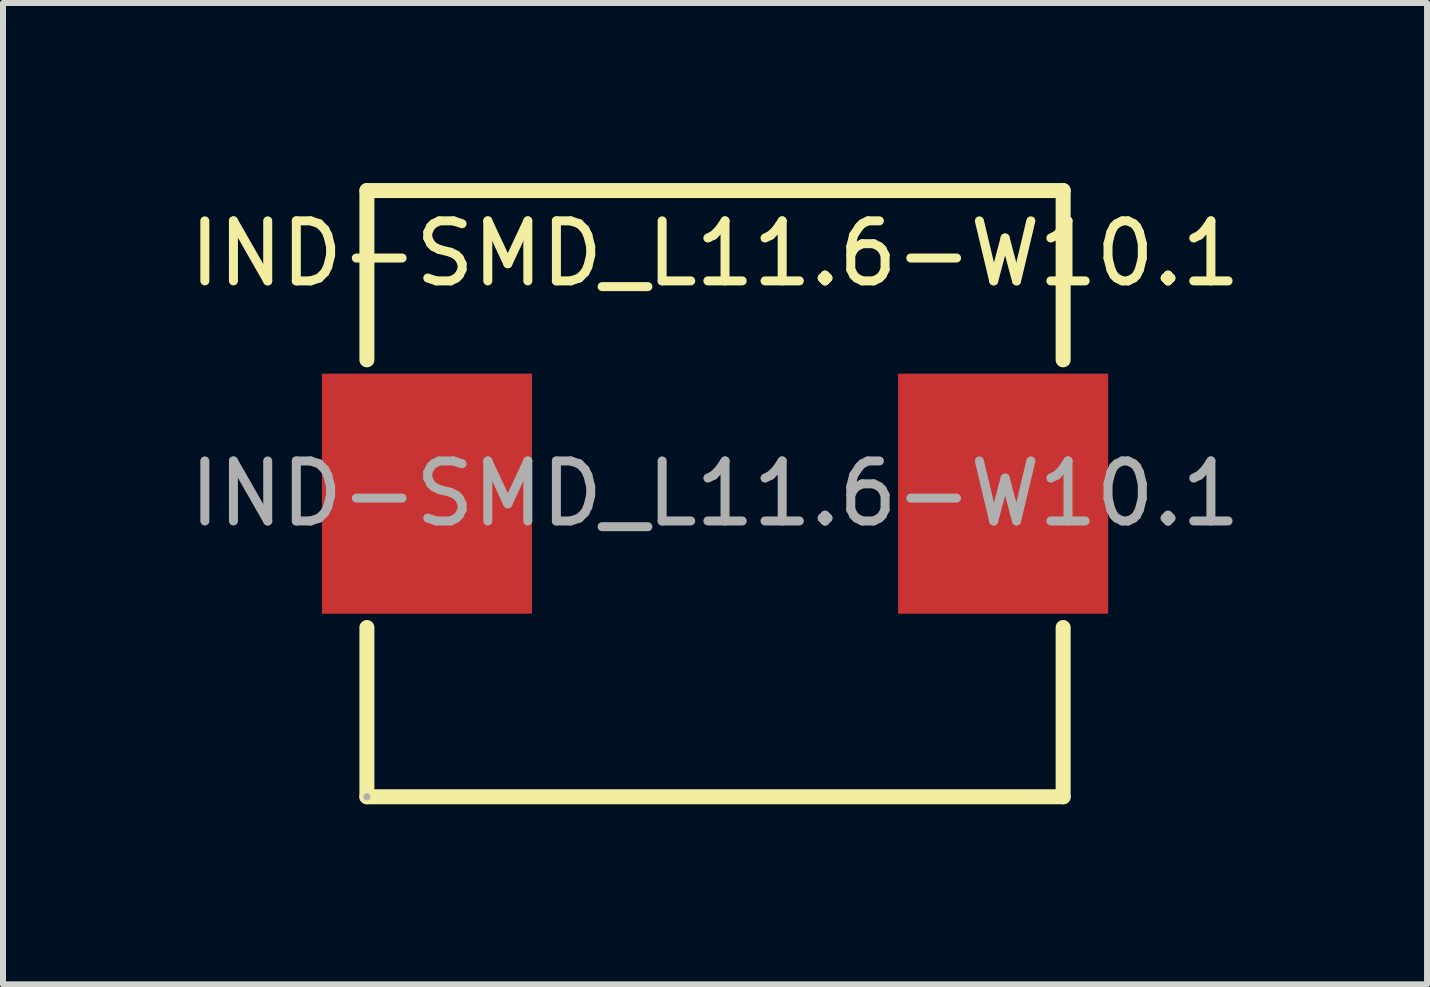
<source format=kicad_pcb>
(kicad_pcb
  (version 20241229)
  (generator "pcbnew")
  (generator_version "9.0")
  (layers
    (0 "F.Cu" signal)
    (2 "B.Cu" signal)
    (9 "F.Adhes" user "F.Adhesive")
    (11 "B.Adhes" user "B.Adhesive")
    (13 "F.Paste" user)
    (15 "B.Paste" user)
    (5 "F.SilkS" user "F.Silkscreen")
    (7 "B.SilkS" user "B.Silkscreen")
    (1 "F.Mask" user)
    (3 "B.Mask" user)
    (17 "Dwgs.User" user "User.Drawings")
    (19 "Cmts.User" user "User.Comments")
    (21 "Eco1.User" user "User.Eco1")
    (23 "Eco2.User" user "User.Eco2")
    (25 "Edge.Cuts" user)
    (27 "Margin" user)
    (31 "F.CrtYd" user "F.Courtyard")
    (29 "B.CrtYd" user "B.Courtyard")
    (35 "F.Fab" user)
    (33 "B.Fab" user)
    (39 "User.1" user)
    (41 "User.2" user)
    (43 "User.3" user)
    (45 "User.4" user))
  (footprint "IND-SMD_L11.6-W10.1"
    (layer "F.Cu")
    (at 8.863 5.175)
    (property "Reference" "IND-SMD_L11.6-W10.1" (at 0 -4 0) (layer "F.SilkS") (effects (font (size 1 1) (thickness 0.15))))
    (attr smd)
    (fp_line (start -5.8 -5.05) (end 5.8 -5.05) (stroke (width 0.25) (type solid)) (layer "F.SilkS"))
    (fp_line (start -5.8 -2.23) (end -5.8 -5.05) (stroke (width 0.25) (type solid)) (layer "F.SilkS"))
    (fp_line (start -5.8 5.05) (end -5.8 2.23) (stroke (width 0.25) (type solid)) (layer "F.SilkS"))
    (fp_line (start 5.8 -5.05) (end 5.8 -2.23) (stroke (width 0.25) (type solid)) (layer "F.SilkS"))
    (fp_line (start 5.8 2.23) (end 5.8 5.05) (stroke (width 0.25) (type solid)) (layer "F.SilkS"))
    (fp_line (start 5.8 5.05) (end -5.8 5.05) (stroke (width 0.25) (type solid)) (layer "F.SilkS"))
    (fp_circle (center -5.8 5.05) (end -5.77 5.05) (stroke (width 0.06) (type solid)) (fill no) (layer "F.Fab"))
    (fp_text user "${REFERENCE}" (at 0 0 0) (layer "F.Fab") (effects (font (size 1 1) (thickness 0.15))))
    (pad "1" smd rect (at -4.8 0) (size 3.5 4) (layers "F.Cu" "F.Mask" "F.Paste"))
    (pad "2" smd rect (at 4.8 0) (size 3.5 4) (layers "F.Cu" "F.Mask" "F.Paste")))
  (gr_rect
    (start -3 -3)
    (end 20.726 13.35)
    (stroke (width 0.1) (type default))
    (fill no)
    (layer "Edge.Cuts")))
</source>
